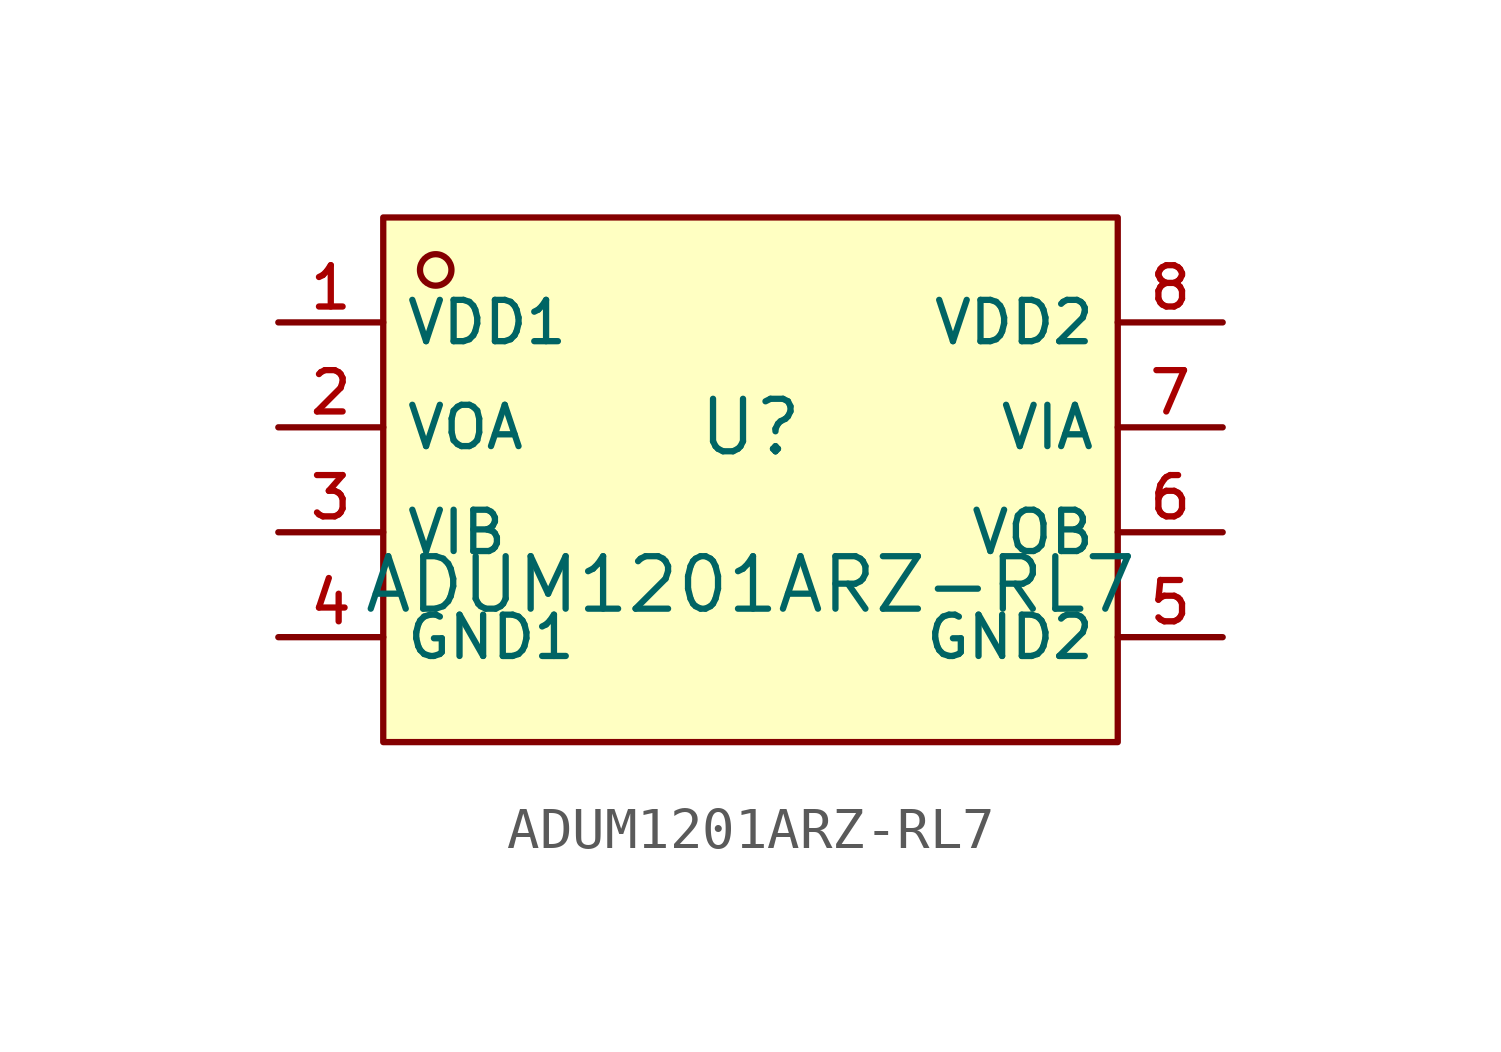
<source format=kicad_sym>
(kicad_symbol_lib
  (version 20210201)
  (generator TousstNicolas/JLC2KiCad_lib)
  (symbol "ADUM1201ARZ-RL7"
    (property "Reference" "U"
      (at 0 1.27 0)
      (effects (font (size 1.27 1.27))))
    (property "Value" "ADUM1201ARZ-RL7"
      (at 0 -2.54 0)
      (effects (font (size 1.27 1.27))))
    (symbol "ADUM1201ARZ-RL7_0_1"
      (rectangle (start -8.89 6.35) (end 8.89 -6.35) (stroke (width 0) (type default) (color 0 0 0 0)) (fill (type background)))
      (circle (center -7.62 5.08) (radius 0.381) (stroke (width 0) (type default) (color 0 0 0 0)) (fill (type background)))
      (pin unspecified line (at -11.43 3.81 0) (length 2.54) (name "VDD1" (effects (font (size 1 1)))) (number "1" (effects (font (size 1 1)))))
      (pin unspecified line (at -11.43 1.27 0) (length 2.54) (name "VOA" (effects (font (size 1 1)))) (number "2" (effects (font (size 1 1)))))
      (pin unspecified line (at -11.43 -1.27 0) (length 2.54) (name "VIB" (effects (font (size 1 1)))) (number "3" (effects (font (size 1 1)))))
      (pin unspecified line (at -11.43 -3.81 0) (length 2.54) (name "GND1" (effects (font (size 1 1)))) (number "4" (effects (font (size 1 1)))))
      (pin unspecified line (at 11.43 -3.81 180) (length 2.54) (name "GND2" (effects (font (size 1 1)))) (number "5" (effects (font (size 1 1)))))
      (pin unspecified line (at 11.43 -1.27 180) (length 2.54) (name "VOB" (effects (font (size 1 1)))) (number "6" (effects (font (size 1 1)))))
      (pin unspecified line (at 11.43 1.27 180) (length 2.54) (name "VIA" (effects (font (size 1 1)))) (number "7" (effects (font (size 1 1)))))
      (pin unspecified line (at 11.43 3.81 180) (length 2.54) (name "VDD2" (effects (font (size 1 1)))) (number "8" (effects (font (size 1 1))))))))
</source>
